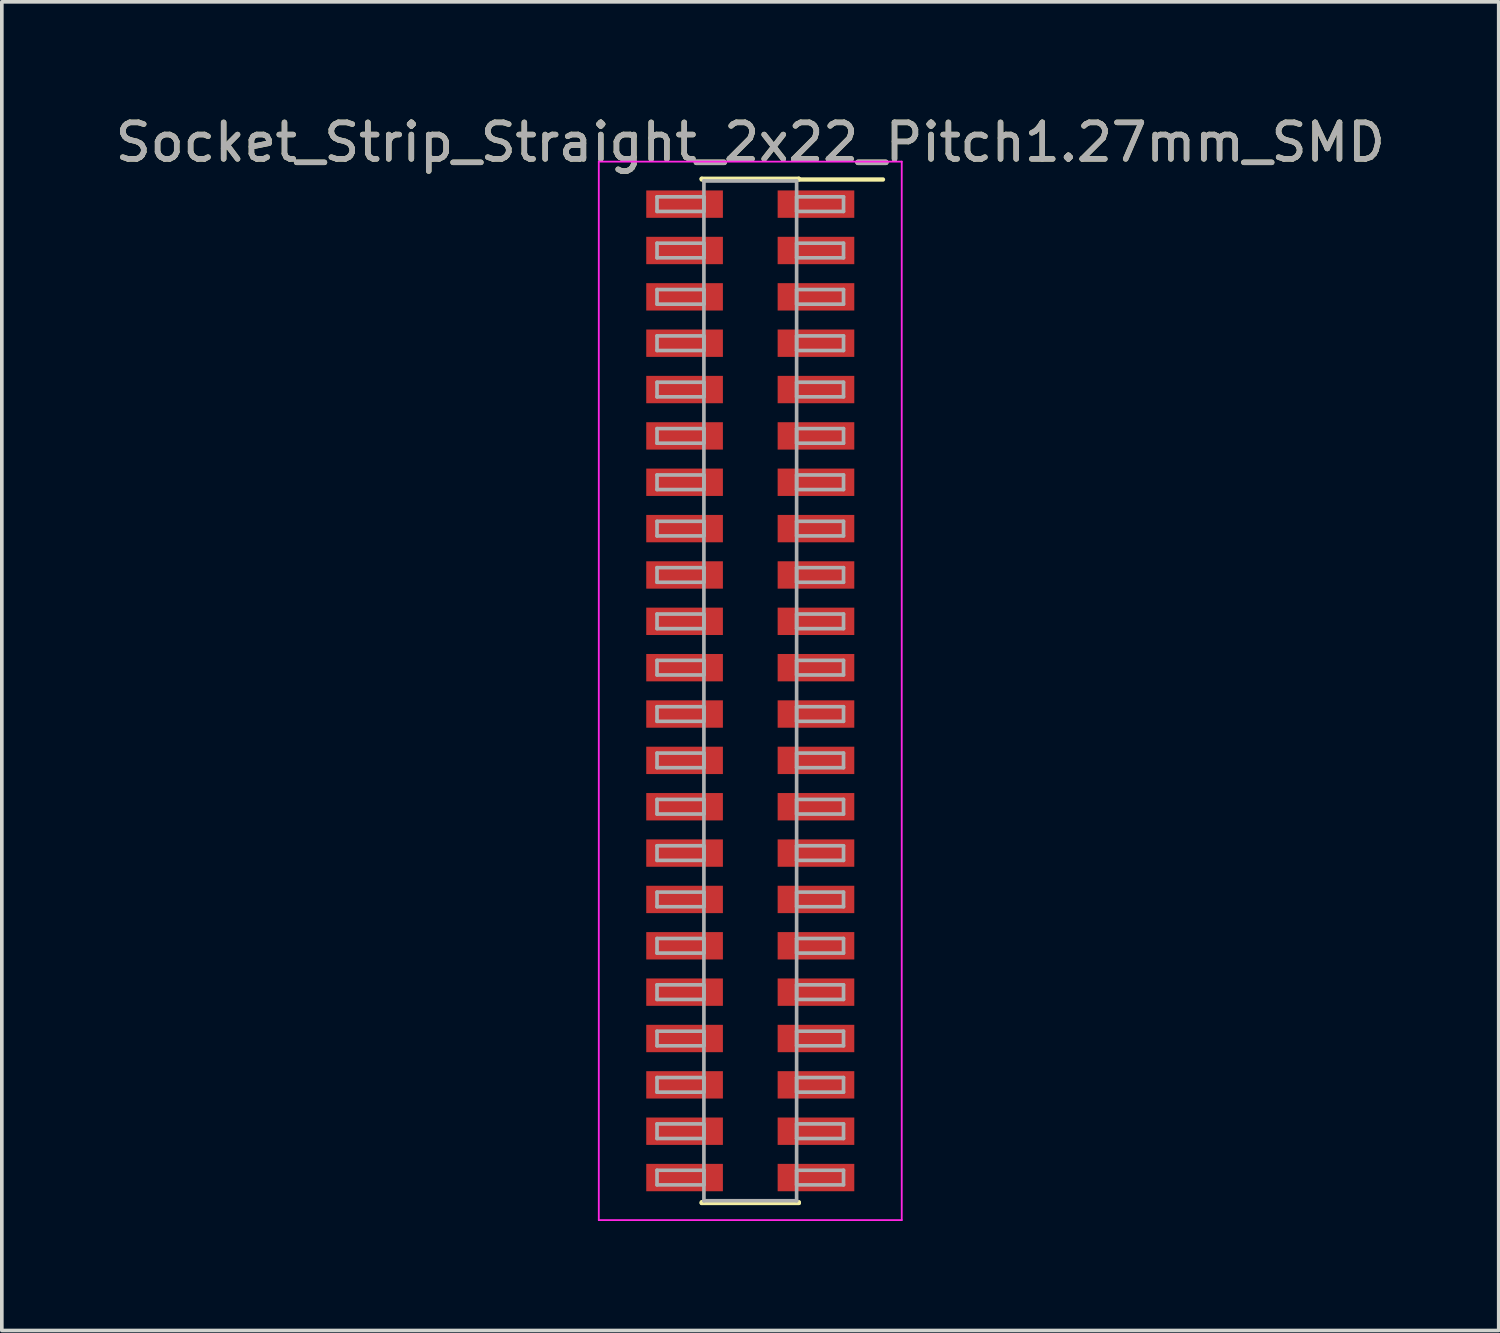
<source format=kicad_pcb>
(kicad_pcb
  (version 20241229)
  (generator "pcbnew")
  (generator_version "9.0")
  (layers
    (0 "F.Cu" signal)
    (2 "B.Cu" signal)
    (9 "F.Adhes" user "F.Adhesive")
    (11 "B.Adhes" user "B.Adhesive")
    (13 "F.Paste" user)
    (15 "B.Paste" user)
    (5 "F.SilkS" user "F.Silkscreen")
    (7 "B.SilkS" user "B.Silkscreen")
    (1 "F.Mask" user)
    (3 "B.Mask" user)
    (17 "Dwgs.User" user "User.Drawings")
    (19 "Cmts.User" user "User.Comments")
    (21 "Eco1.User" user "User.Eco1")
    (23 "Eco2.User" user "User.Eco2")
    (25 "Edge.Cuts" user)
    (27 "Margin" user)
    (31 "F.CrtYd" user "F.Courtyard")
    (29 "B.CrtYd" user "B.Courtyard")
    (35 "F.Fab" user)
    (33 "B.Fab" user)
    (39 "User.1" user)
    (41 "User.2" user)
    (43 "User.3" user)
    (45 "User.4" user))
  (footprint "Socket_Strip_Straight_2x22_Pitch1.27mm_SMD"
    (layer "F.Cu")
    (at 17.506 15.878)
    (property "Reference" "Socket_Strip_Straight_2x22_Pitch1.27mm_SMD" (at 0 -15.03 0) (layer "F.SilkS") (effects (font (size 1 1) (thickness 0.15))))
    (attr smd)
    (fp_line (start -1.33 -14.03) (end 1.33 -14.03) (stroke (width 0.12) (type solid)) (layer "F.SilkS"))
    (fp_line (start -1.33 -14.01) (end -1.33 -14.03) (stroke (width 0.12) (type solid)) (layer "F.SilkS"))
    (fp_line (start -1.33 14.01) (end -1.33 14.03) (stroke (width 0.12) (type solid)) (layer "F.SilkS"))
    (fp_line (start -1.33 14.03) (end 1.33 14.03) (stroke (width 0.12) (type solid)) (layer "F.SilkS"))
    (fp_line (start 1.33 -14.03) (end 1.33 -14.01) (stroke (width 0.12) (type solid)) (layer "F.SilkS"))
    (fp_line (start 1.33 14.03) (end 1.33 14.01) (stroke (width 0.12) (type solid)) (layer "F.SilkS"))
    (fp_line (start 3.635 -14.01) (end 1.33 -14.01) (stroke (width 0.12) (type solid)) (layer "F.SilkS"))
    (fp_line (start -4.15 -14.5) (end -4.15 14.5) (stroke (width 0.05) (type solid)) (layer "F.CrtYd"))
    (fp_line (start -4.15 14.5) (end 4.15 14.5) (stroke (width 0.05) (type solid)) (layer "F.CrtYd"))
    (fp_line (start 4.15 -14.5) (end -4.15 -14.5) (stroke (width 0.05) (type solid)) (layer "F.CrtYd"))
    (fp_line (start 4.15 14.5) (end 4.15 -14.5) (stroke (width 0.05) (type solid)) (layer "F.CrtYd"))
    (fp_line (start -2.555 -13.535) (end -1.27 -13.535) (stroke (width 0.1) (type solid)) (layer "F.Fab"))
    (fp_line (start -2.555 -13.135) (end -2.555 -13.535) (stroke (width 0.1) (type solid)) (layer "F.Fab"))
    (fp_line (start -2.555 -12.265) (end -1.27 -12.265) (stroke (width 0.1) (type solid)) (layer "F.Fab"))
    (fp_line (start -2.555 -11.865) (end -2.555 -12.265) (stroke (width 0.1) (type solid)) (layer "F.Fab"))
    (fp_line (start -2.555 -10.995) (end -1.27 -10.995) (stroke (width 0.1) (type solid)) (layer "F.Fab"))
    (fp_line (start -2.555 -10.595) (end -2.555 -10.995) (stroke (width 0.1) (type solid)) (layer "F.Fab"))
    (fp_line (start -2.555 -9.725) (end -1.27 -9.725) (stroke (width 0.1) (type solid)) (layer "F.Fab"))
    (fp_line (start -2.555 -9.325) (end -2.555 -9.725) (stroke (width 0.1) (type solid)) (layer "F.Fab"))
    (fp_line (start -2.555 -8.455) (end -1.27 -8.455) (stroke (width 0.1) (type solid)) (layer "F.Fab"))
    (fp_line (start -2.555 -8.055) (end -2.555 -8.455) (stroke (width 0.1) (type solid)) (layer "F.Fab"))
    (fp_line (start -2.555 -7.185) (end -1.27 -7.185) (stroke (width 0.1) (type solid)) (layer "F.Fab"))
    (fp_line (start -2.555 -6.785) (end -2.555 -7.185) (stroke (width 0.1) (type solid)) (layer "F.Fab"))
    (fp_line (start -2.555 -5.915) (end -1.27 -5.915) (stroke (width 0.1) (type solid)) (layer "F.Fab"))
    (fp_line (start -2.555 -5.515) (end -2.555 -5.915) (stroke (width 0.1) (type solid)) (layer "F.Fab"))
    (fp_line (start -2.555 -4.645) (end -1.27 -4.645) (stroke (width 0.1) (type solid)) (layer "F.Fab"))
    (fp_line (start -2.555 -4.245) (end -2.555 -4.645) (stroke (width 0.1) (type solid)) (layer "F.Fab"))
    (fp_line (start -2.555 -3.375) (end -1.27 -3.375) (stroke (width 0.1) (type solid)) (layer "F.Fab"))
    (fp_line (start -2.555 -2.975) (end -2.555 -3.375) (stroke (width 0.1) (type solid)) (layer "F.Fab"))
    (fp_line (start -2.555 -2.105) (end -1.27 -2.105) (stroke (width 0.1) (type solid)) (layer "F.Fab"))
    (fp_line (start -2.555 -1.705) (end -2.555 -2.105) (stroke (width 0.1) (type solid)) (layer "F.Fab"))
    (fp_line (start -2.555 -0.835) (end -1.27 -0.835) (stroke (width 0.1) (type solid)) (layer "F.Fab"))
    (fp_line (start -2.555 -0.435) (end -2.555 -0.835) (stroke (width 0.1) (type solid)) (layer "F.Fab"))
    (fp_line (start -2.555 0.435) (end -1.27 0.435) (stroke (width 0.1) (type solid)) (layer "F.Fab"))
    (fp_line (start -2.555 0.835) (end -2.555 0.435) (stroke (width 0.1) (type solid)) (layer "F.Fab"))
    (fp_line (start -2.555 1.705) (end -1.27 1.705) (stroke (width 0.1) (type solid)) (layer "F.Fab"))
    (fp_line (start -2.555 2.105) (end -2.555 1.705) (stroke (width 0.1) (type solid)) (layer "F.Fab"))
    (fp_line (start -2.555 2.975) (end -1.27 2.975) (stroke (width 0.1) (type solid)) (layer "F.Fab"))
    (fp_line (start -2.555 3.375) (end -2.555 2.975) (stroke (width 0.1) (type solid)) (layer "F.Fab"))
    (fp_line (start -2.555 4.245) (end -1.27 4.245) (stroke (width 0.1) (type solid)) (layer "F.Fab"))
    (fp_line (start -2.555 4.645) (end -2.555 4.245) (stroke (width 0.1) (type solid)) (layer "F.Fab"))
    (fp_line (start -2.555 5.515) (end -1.27 5.515) (stroke (width 0.1) (type solid)) (layer "F.Fab"))
    (fp_line (start -2.555 5.915) (end -2.555 5.515) (stroke (width 0.1) (type solid)) (layer "F.Fab"))
    (fp_line (start -2.555 6.785) (end -1.27 6.785) (stroke (width 0.1) (type solid)) (layer "F.Fab"))
    (fp_line (start -2.555 7.185) (end -2.555 6.785) (stroke (width 0.1) (type solid)) (layer "F.Fab"))
    (fp_line (start -2.555 8.055) (end -1.27 8.055) (stroke (width 0.1) (type solid)) (layer "F.Fab"))
    (fp_line (start -2.555 8.455) (end -2.555 8.055) (stroke (width 0.1) (type solid)) (layer "F.Fab"))
    (fp_line (start -2.555 9.325) (end -1.27 9.325) (stroke (width 0.1) (type solid)) (layer "F.Fab"))
    (fp_line (start -2.555 9.725) (end -2.555 9.325) (stroke (width 0.1) (type solid)) (layer "F.Fab"))
    (fp_line (start -2.555 10.595) (end -1.27 10.595) (stroke (width 0.1) (type solid)) (layer "F.Fab"))
    (fp_line (start -2.555 10.995) (end -2.555 10.595) (stroke (width 0.1) (type solid)) (layer "F.Fab"))
    (fp_line (start -2.555 11.865) (end -1.27 11.865) (stroke (width 0.1) (type solid)) (layer "F.Fab"))
    (fp_line (start -2.555 12.265) (end -2.555 11.865) (stroke (width 0.1) (type solid)) (layer "F.Fab"))
    (fp_line (start -2.555 13.135) (end -1.27 13.135) (stroke (width 0.1) (type solid)) (layer "F.Fab"))
    (fp_line (start -2.555 13.535) (end -2.555 13.135) (stroke (width 0.1) (type solid)) (layer "F.Fab"))
    (fp_line (start -1.27 -13.97) (end -1.27 13.97) (stroke (width 0.1) (type solid)) (layer "F.Fab"))
    (fp_line (start -1.27 -13.535) (end -1.27 -13.135) (stroke (width 0.1) (type solid)) (layer "F.Fab"))
    (fp_line (start -1.27 -13.135) (end -2.555 -13.135) (stroke (width 0.1) (type solid)) (layer "F.Fab"))
    (fp_line (start -1.27 -12.265) (end -1.27 -11.865) (stroke (width 0.1) (type solid)) (layer "F.Fab"))
    (fp_line (start -1.27 -11.865) (end -2.555 -11.865) (stroke (width 0.1) (type solid)) (layer "F.Fab"))
    (fp_line (start -1.27 -10.995) (end -1.27 -10.595) (stroke (width 0.1) (type solid)) (layer "F.Fab"))
    (fp_line (start -1.27 -10.595) (end -2.555 -10.595) (stroke (width 0.1) (type solid)) (layer "F.Fab"))
    (fp_line (start -1.27 -9.725) (end -1.27 -9.325) (stroke (width 0.1) (type solid)) (layer "F.Fab"))
    (fp_line (start -1.27 -9.325) (end -2.555 -9.325) (stroke (width 0.1) (type solid)) (layer "F.Fab"))
    (fp_line (start -1.27 -8.455) (end -1.27 -8.055) (stroke (width 0.1) (type solid)) (layer "F.Fab"))
    (fp_line (start -1.27 -8.055) (end -2.555 -8.055) (stroke (width 0.1) (type solid)) (layer "F.Fab"))
    (fp_line (start -1.27 -7.185) (end -1.27 -6.785) (stroke (width 0.1) (type solid)) (layer "F.Fab"))
    (fp_line (start -1.27 -6.785) (end -2.555 -6.785) (stroke (width 0.1) (type solid)) (layer "F.Fab"))
    (fp_line (start -1.27 -5.915) (end -1.27 -5.515) (stroke (width 0.1) (type solid)) (layer "F.Fab"))
    (fp_line (start -1.27 -5.515) (end -2.555 -5.515) (stroke (width 0.1) (type solid)) (layer "F.Fab"))
    (fp_line (start -1.27 -4.645) (end -1.27 -4.245) (stroke (width 0.1) (type solid)) (layer "F.Fab"))
    (fp_line (start -1.27 -4.245) (end -2.555 -4.245) (stroke (width 0.1) (type solid)) (layer "F.Fab"))
    (fp_line (start -1.27 -3.375) (end -1.27 -2.975) (stroke (width 0.1) (type solid)) (layer "F.Fab"))
    (fp_line (start -1.27 -2.975) (end -2.555 -2.975) (stroke (width 0.1) (type solid)) (layer "F.Fab"))
    (fp_line (start -1.27 -2.105) (end -1.27 -1.705) (stroke (width 0.1) (type solid)) (layer "F.Fab"))
    (fp_line (start -1.27 -1.705) (end -2.555 -1.705) (stroke (width 0.1) (type solid)) (layer "F.Fab"))
    (fp_line (start -1.27 -0.835) (end -1.27 -0.435) (stroke (width 0.1) (type solid)) (layer "F.Fab"))
    (fp_line (start -1.27 -0.435) (end -2.555 -0.435) (stroke (width 0.1) (type solid)) (layer "F.Fab"))
    (fp_line (start -1.27 0.435) (end -1.27 0.835) (stroke (width 0.1) (type solid)) (layer "F.Fab"))
    (fp_line (start -1.27 0.835) (end -2.555 0.835) (stroke (width 0.1) (type solid)) (layer "F.Fab"))
    (fp_line (start -1.27 1.705) (end -1.27 2.105) (stroke (width 0.1) (type solid)) (layer "F.Fab"))
    (fp_line (start -1.27 2.105) (end -2.555 2.105) (stroke (width 0.1) (type solid)) (layer "F.Fab"))
    (fp_line (start -1.27 2.975) (end -1.27 3.375) (stroke (width 0.1) (type solid)) (layer "F.Fab"))
    (fp_line (start -1.27 3.375) (end -2.555 3.375) (stroke (width 0.1) (type solid)) (layer "F.Fab"))
    (fp_line (start -1.27 4.245) (end -1.27 4.645) (stroke (width 0.1) (type solid)) (layer "F.Fab"))
    (fp_line (start -1.27 4.645) (end -2.555 4.645) (stroke (width 0.1) (type solid)) (layer "F.Fab"))
    (fp_line (start -1.27 5.515) (end -1.27 5.915) (stroke (width 0.1) (type solid)) (layer "F.Fab"))
    (fp_line (start -1.27 5.915) (end -2.555 5.915) (stroke (width 0.1) (type solid)) (layer "F.Fab"))
    (fp_line (start -1.27 6.785) (end -1.27 7.185) (stroke (width 0.1) (type solid)) (layer "F.Fab"))
    (fp_line (start -1.27 7.185) (end -2.555 7.185) (stroke (width 0.1) (type solid)) (layer "F.Fab"))
    (fp_line (start -1.27 8.055) (end -1.27 8.455) (stroke (width 0.1) (type solid)) (layer "F.Fab"))
    (fp_line (start -1.27 8.455) (end -2.555 8.455) (stroke (width 0.1) (type solid)) (layer "F.Fab"))
    (fp_line (start -1.27 9.325) (end -1.27 9.725) (stroke (width 0.1) (type solid)) (layer "F.Fab"))
    (fp_line (start -1.27 9.725) (end -2.555 9.725) (stroke (width 0.1) (type solid)) (layer "F.Fab"))
    (fp_line (start -1.27 10.595) (end -1.27 10.995) (stroke (width 0.1) (type solid)) (layer "F.Fab"))
    (fp_line (start -1.27 10.995) (end -2.555 10.995) (stroke (width 0.1) (type solid)) (layer "F.Fab"))
    (fp_line (start -1.27 11.865) (end -1.27 12.265) (stroke (width 0.1) (type solid)) (layer "F.Fab"))
    (fp_line (start -1.27 12.265) (end -2.555 12.265) (stroke (width 0.1) (type solid)) (layer "F.Fab"))
    (fp_line (start -1.27 13.135) (end -1.27 13.535) (stroke (width 0.1) (type solid)) (layer "F.Fab"))
    (fp_line (start -1.27 13.535) (end -2.555 13.535) (stroke (width 0.1) (type solid)) (layer "F.Fab"))
    (fp_line (start -1.27 13.97) (end 1.27 13.97) (stroke (width 0.1) (type solid)) (layer "F.Fab"))
    (fp_line (start 1.27 -13.97) (end -1.27 -13.97) (stroke (width 0.1) (type solid)) (layer "F.Fab"))
    (fp_line (start 1.27 -13.535) (end 1.27 -13.135) (stroke (width 0.1) (type solid)) (layer "F.Fab"))
    (fp_line (start 1.27 -13.135) (end 2.555 -13.135) (stroke (width 0.1) (type solid)) (layer "F.Fab"))
    (fp_line (start 1.27 -12.265) (end 1.27 -11.865) (stroke (width 0.1) (type solid)) (layer "F.Fab"))
    (fp_line (start 1.27 -11.865) (end 2.555 -11.865) (stroke (width 0.1) (type solid)) (layer "F.Fab"))
    (fp_line (start 1.27 -10.995) (end 1.27 -10.595) (stroke (width 0.1) (type solid)) (layer "F.Fab"))
    (fp_line (start 1.27 -10.595) (end 2.555 -10.595) (stroke (width 0.1) (type solid)) (layer "F.Fab"))
    (fp_line (start 1.27 -9.725) (end 1.27 -9.325) (stroke (width 0.1) (type solid)) (layer "F.Fab"))
    (fp_line (start 1.27 -9.325) (end 2.555 -9.325) (stroke (width 0.1) (type solid)) (layer "F.Fab"))
    (fp_line (start 1.27 -8.455) (end 1.27 -8.055) (stroke (width 0.1) (type solid)) (layer "F.Fab"))
    (fp_line (start 1.27 -8.055) (end 2.555 -8.055) (stroke (width 0.1) (type solid)) (layer "F.Fab"))
    (fp_line (start 1.27 -7.185) (end 1.27 -6.785) (stroke (width 0.1) (type solid)) (layer "F.Fab"))
    (fp_line (start 1.27 -6.785) (end 2.555 -6.785) (stroke (width 0.1) (type solid)) (layer "F.Fab"))
    (fp_line (start 1.27 -5.915) (end 1.27 -5.515) (stroke (width 0.1) (type solid)) (layer "F.Fab"))
    (fp_line (start 1.27 -5.515) (end 2.555 -5.515) (stroke (width 0.1) (type solid)) (layer "F.Fab"))
    (fp_line (start 1.27 -4.645) (end 1.27 -4.245) (stroke (width 0.1) (type solid)) (layer "F.Fab"))
    (fp_line (start 1.27 -4.245) (end 2.555 -4.245) (stroke (width 0.1) (type solid)) (layer "F.Fab"))
    (fp_line (start 1.27 -3.375) (end 1.27 -2.975) (stroke (width 0.1) (type solid)) (layer "F.Fab"))
    (fp_line (start 1.27 -2.975) (end 2.555 -2.975) (stroke (width 0.1) (type solid)) (layer "F.Fab"))
    (fp_line (start 1.27 -2.105) (end 1.27 -1.705) (stroke (width 0.1) (type solid)) (layer "F.Fab"))
    (fp_line (start 1.27 -1.705) (end 2.555 -1.705) (stroke (width 0.1) (type solid)) (layer "F.Fab"))
    (fp_line (start 1.27 -0.835) (end 1.27 -0.435) (stroke (width 0.1) (type solid)) (layer "F.Fab"))
    (fp_line (start 1.27 -0.435) (end 2.555 -0.435) (stroke (width 0.1) (type solid)) (layer "F.Fab"))
    (fp_line (start 1.27 0.435) (end 1.27 0.835) (stroke (width 0.1) (type solid)) (layer "F.Fab"))
    (fp_line (start 1.27 0.835) (end 2.555 0.835) (stroke (width 0.1) (type solid)) (layer "F.Fab"))
    (fp_line (start 1.27 1.705) (end 1.27 2.105) (stroke (width 0.1) (type solid)) (layer "F.Fab"))
    (fp_line (start 1.27 2.105) (end 2.555 2.105) (stroke (width 0.1) (type solid)) (layer "F.Fab"))
    (fp_line (start 1.27 2.975) (end 1.27 3.375) (stroke (width 0.1) (type solid)) (layer "F.Fab"))
    (fp_line (start 1.27 3.375) (end 2.555 3.375) (stroke (width 0.1) (type solid)) (layer "F.Fab"))
    (fp_line (start 1.27 4.245) (end 1.27 4.645) (stroke (width 0.1) (type solid)) (layer "F.Fab"))
    (fp_line (start 1.27 4.645) (end 2.555 4.645) (stroke (width 0.1) (type solid)) (layer "F.Fab"))
    (fp_line (start 1.27 5.515) (end 1.27 5.915) (stroke (width 0.1) (type solid)) (layer "F.Fab"))
    (fp_line (start 1.27 5.915) (end 2.555 5.915) (stroke (width 0.1) (type solid)) (layer "F.Fab"))
    (fp_line (start 1.27 6.785) (end 1.27 7.185) (stroke (width 0.1) (type solid)) (layer "F.Fab"))
    (fp_line (start 1.27 7.185) (end 2.555 7.185) (stroke (width 0.1) (type solid)) (layer "F.Fab"))
    (fp_line (start 1.27 8.055) (end 1.27 8.455) (stroke (width 0.1) (type solid)) (layer "F.Fab"))
    (fp_line (start 1.27 8.455) (end 2.555 8.455) (stroke (width 0.1) (type solid)) (layer "F.Fab"))
    (fp_line (start 1.27 9.325) (end 1.27 9.725) (stroke (width 0.1) (type solid)) (layer "F.Fab"))
    (fp_line (start 1.27 9.725) (end 2.555 9.725) (stroke (width 0.1) (type solid)) (layer "F.Fab"))
    (fp_line (start 1.27 10.595) (end 1.27 10.995) (stroke (width 0.1) (type solid)) (layer "F.Fab"))
    (fp_line (start 1.27 10.995) (end 2.555 10.995) (stroke (width 0.1) (type solid)) (layer "F.Fab"))
    (fp_line (start 1.27 11.865) (end 1.27 12.265) (stroke (width 0.1) (type solid)) (layer "F.Fab"))
    (fp_line (start 1.27 12.265) (end 2.555 12.265) (stroke (width 0.1) (type solid)) (layer "F.Fab"))
    (fp_line (start 1.27 13.135) (end 1.27 13.535) (stroke (width 0.1) (type solid)) (layer "F.Fab"))
    (fp_line (start 1.27 13.535) (end 2.555 13.535) (stroke (width 0.1) (type solid)) (layer "F.Fab"))
    (fp_line (start 1.27 13.97) (end 1.27 -13.97) (stroke (width 0.1) (type solid)) (layer "F.Fab"))
    (fp_line (start 2.555 -13.535) (end 1.27 -13.535) (stroke (width 0.1) (type solid)) (layer "F.Fab"))
    (fp_line (start 2.555 -13.135) (end 2.555 -13.535) (stroke (width 0.1) (type solid)) (layer "F.Fab"))
    (fp_line (start 2.555 -12.265) (end 1.27 -12.265) (stroke (width 0.1) (type solid)) (layer "F.Fab"))
    (fp_line (start 2.555 -11.865) (end 2.555 -12.265) (stroke (width 0.1) (type solid)) (layer "F.Fab"))
    (fp_line (start 2.555 -10.995) (end 1.27 -10.995) (stroke (width 0.1) (type solid)) (layer "F.Fab"))
    (fp_line (start 2.555 -10.595) (end 2.555 -10.995) (stroke (width 0.1) (type solid)) (layer "F.Fab"))
    (fp_line (start 2.555 -9.725) (end 1.27 -9.725) (stroke (width 0.1) (type solid)) (layer "F.Fab"))
    (fp_line (start 2.555 -9.325) (end 2.555 -9.725) (stroke (width 0.1) (type solid)) (layer "F.Fab"))
    (fp_line (start 2.555 -8.455) (end 1.27 -8.455) (stroke (width 0.1) (type solid)) (layer "F.Fab"))
    (fp_line (start 2.555 -8.055) (end 2.555 -8.455) (stroke (width 0.1) (type solid)) (layer "F.Fab"))
    (fp_line (start 2.555 -7.185) (end 1.27 -7.185) (stroke (width 0.1) (type solid)) (layer "F.Fab"))
    (fp_line (start 2.555 -6.785) (end 2.555 -7.185) (stroke (width 0.1) (type solid)) (layer "F.Fab"))
    (fp_line (start 2.555 -5.915) (end 1.27 -5.915) (stroke (width 0.1) (type solid)) (layer "F.Fab"))
    (fp_line (start 2.555 -5.515) (end 2.555 -5.915) (stroke (width 0.1) (type solid)) (layer "F.Fab"))
    (fp_line (start 2.555 -4.645) (end 1.27 -4.645) (stroke (width 0.1) (type solid)) (layer "F.Fab"))
    (fp_line (start 2.555 -4.245) (end 2.555 -4.645) (stroke (width 0.1) (type solid)) (layer "F.Fab"))
    (fp_line (start 2.555 -3.375) (end 1.27 -3.375) (stroke (width 0.1) (type solid)) (layer "F.Fab"))
    (fp_line (start 2.555 -2.975) (end 2.555 -3.375) (stroke (width 0.1) (type solid)) (layer "F.Fab"))
    (fp_line (start 2.555 -2.105) (end 1.27 -2.105) (stroke (width 0.1) (type solid)) (layer "F.Fab"))
    (fp_line (start 2.555 -1.705) (end 2.555 -2.105) (stroke (width 0.1) (type solid)) (layer "F.Fab"))
    (fp_line (start 2.555 -0.835) (end 1.27 -0.835) (stroke (width 0.1) (type solid)) (layer "F.Fab"))
    (fp_line (start 2.555 -0.435) (end 2.555 -0.835) (stroke (width 0.1) (type solid)) (layer "F.Fab"))
    (fp_line (start 2.555 0.435) (end 1.27 0.435) (stroke (width 0.1) (type solid)) (layer "F.Fab"))
    (fp_line (start 2.555 0.835) (end 2.555 0.435) (stroke (width 0.1) (type solid)) (layer "F.Fab"))
    (fp_line (start 2.555 1.705) (end 1.27 1.705) (stroke (width 0.1) (type solid)) (layer "F.Fab"))
    (fp_line (start 2.555 2.105) (end 2.555 1.705) (stroke (width 0.1) (type solid)) (layer "F.Fab"))
    (fp_line (start 2.555 2.975) (end 1.27 2.975) (stroke (width 0.1) (type solid)) (layer "F.Fab"))
    (fp_line (start 2.555 3.375) (end 2.555 2.975) (stroke (width 0.1) (type solid)) (layer "F.Fab"))
    (fp_line (start 2.555 4.245) (end 1.27 4.245) (stroke (width 0.1) (type solid)) (layer "F.Fab"))
    (fp_line (start 2.555 4.645) (end 2.555 4.245) (stroke (width 0.1) (type solid)) (layer "F.Fab"))
    (fp_line (start 2.555 5.515) (end 1.27 5.515) (stroke (width 0.1) (type solid)) (layer "F.Fab"))
    (fp_line (start 2.555 5.915) (end 2.555 5.515) (stroke (width 0.1) (type solid)) (layer "F.Fab"))
    (fp_line (start 2.555 6.785) (end 1.27 6.785) (stroke (width 0.1) (type solid)) (layer "F.Fab"))
    (fp_line (start 2.555 7.185) (end 2.555 6.785) (stroke (width 0.1) (type solid)) (layer "F.Fab"))
    (fp_line (start 2.555 8.055) (end 1.27 8.055) (stroke (width 0.1) (type solid)) (layer "F.Fab"))
    (fp_line (start 2.555 8.455) (end 2.555 8.055) (stroke (width 0.1) (type solid)) (layer "F.Fab"))
    (fp_line (start 2.555 9.325) (end 1.27 9.325) (stroke (width 0.1) (type solid)) (layer "F.Fab"))
    (fp_line (start 2.555 9.725) (end 2.555 9.325) (stroke (width 0.1) (type solid)) (layer "F.Fab"))
    (fp_line (start 2.555 10.595) (end 1.27 10.595) (stroke (width 0.1) (type solid)) (layer "F.Fab"))
    (fp_line (start 2.555 10.995) (end 2.555 10.595) (stroke (width 0.1) (type solid)) (layer "F.Fab"))
    (fp_line (start 2.555 11.865) (end 1.27 11.865) (stroke (width 0.1) (type solid)) (layer "F.Fab"))
    (fp_line (start 2.555 12.265) (end 2.555 11.865) (stroke (width 0.1) (type solid)) (layer "F.Fab"))
    (fp_line (start 2.555 13.135) (end 1.27 13.135) (stroke (width 0.1) (type solid)) (layer "F.Fab"))
    (fp_line (start 2.555 13.535) (end 2.555 13.135) (stroke (width 0.1) (type solid)) (layer "F.Fab"))
    (fp_text user "${REFERENCE}" (at 0 -15.03 0) (layer "F.Fab") (effects (font (size 1 1) (thickness 0.15))))
    (pad "1" smd rect (at 1.8 -13.335) (size 2.1 0.75) (layers "F.Cu" "F.Mask" "F.Paste"))
    (pad "2" smd rect (at -1.8 -13.335) (size 2.1 0.75) (layers "F.Cu" "F.Mask" "F.Paste"))
    (pad "3" smd rect (at 1.8 -12.065) (size 2.1 0.75) (layers "F.Cu" "F.Mask" "F.Paste"))
    (pad "4" smd rect (at -1.8 -12.065) (size 2.1 0.75) (layers "F.Cu" "F.Mask" "F.Paste"))
    (pad "5" smd rect (at 1.8 -10.795) (size 2.1 0.75) (layers "F.Cu" "F.Mask" "F.Paste"))
    (pad "6" smd rect (at -1.8 -10.795) (size 2.1 0.75) (layers "F.Cu" "F.Mask" "F.Paste"))
    (pad "7" smd rect (at 1.8 -9.525) (size 2.1 0.75) (layers "F.Cu" "F.Mask" "F.Paste"))
    (pad "8" smd rect (at -1.8 -9.525) (size 2.1 0.75) (layers "F.Cu" "F.Mask" "F.Paste"))
    (pad "9" smd rect (at 1.8 -8.255) (size 2.1 0.75) (layers "F.Cu" "F.Mask" "F.Paste"))
    (pad "10" smd rect (at -1.8 -8.255) (size 2.1 0.75) (layers "F.Cu" "F.Mask" "F.Paste"))
    (pad "11" smd rect (at 1.8 -6.985) (size 2.1 0.75) (layers "F.Cu" "F.Mask" "F.Paste"))
    (pad "12" smd rect (at -1.8 -6.985) (size 2.1 0.75) (layers "F.Cu" "F.Mask" "F.Paste"))
    (pad "13" smd rect (at 1.8 -5.715) (size 2.1 0.75) (layers "F.Cu" "F.Mask" "F.Paste"))
    (pad "14" smd rect (at -1.8 -5.715) (size 2.1 0.75) (layers "F.Cu" "F.Mask" "F.Paste"))
    (pad "15" smd rect (at 1.8 -4.445) (size 2.1 0.75) (layers "F.Cu" "F.Mask" "F.Paste"))
    (pad "16" smd rect (at -1.8 -4.445) (size 2.1 0.75) (layers "F.Cu" "F.Mask" "F.Paste"))
    (pad "17" smd rect (at 1.8 -3.175) (size 2.1 0.75) (layers "F.Cu" "F.Mask" "F.Paste"))
    (pad "18" smd rect (at -1.8 -3.175) (size 2.1 0.75) (layers "F.Cu" "F.Mask" "F.Paste"))
    (pad "19" smd rect (at 1.8 -1.905) (size 2.1 0.75) (layers "F.Cu" "F.Mask" "F.Paste"))
    (pad "20" smd rect (at -1.8 -1.905) (size 2.1 0.75) (layers "F.Cu" "F.Mask" "F.Paste"))
    (pad "21" smd rect (at 1.8 -0.635) (size 2.1 0.75) (layers "F.Cu" "F.Mask" "F.Paste"))
    (pad "22" smd rect (at -1.8 -0.635) (size 2.1 0.75) (layers "F.Cu" "F.Mask" "F.Paste"))
    (pad "23" smd rect (at 1.8 0.635) (size 2.1 0.75) (layers "F.Cu" "F.Mask" "F.Paste"))
    (pad "24" smd rect (at -1.8 0.635) (size 2.1 0.75) (layers "F.Cu" "F.Mask" "F.Paste"))
    (pad "25" smd rect (at 1.8 1.905) (size 2.1 0.75) (layers "F.Cu" "F.Mask" "F.Paste"))
    (pad "26" smd rect (at -1.8 1.905) (size 2.1 0.75) (layers "F.Cu" "F.Mask" "F.Paste"))
    (pad "27" smd rect (at 1.8 3.175) (size 2.1 0.75) (layers "F.Cu" "F.Mask" "F.Paste"))
    (pad "28" smd rect (at -1.8 3.175) (size 2.1 0.75) (layers "F.Cu" "F.Mask" "F.Paste"))
    (pad "29" smd rect (at 1.8 4.445) (size 2.1 0.75) (layers "F.Cu" "F.Mask" "F.Paste"))
    (pad "30" smd rect (at -1.8 4.445) (size 2.1 0.75) (layers "F.Cu" "F.Mask" "F.Paste"))
    (pad "31" smd rect (at 1.8 5.715) (size 2.1 0.75) (layers "F.Cu" "F.Mask" "F.Paste"))
    (pad "32" smd rect (at -1.8 5.715) (size 2.1 0.75) (layers "F.Cu" "F.Mask" "F.Paste"))
    (pad "33" smd rect (at 1.8 6.985) (size 2.1 0.75) (layers "F.Cu" "F.Mask" "F.Paste"))
    (pad "34" smd rect (at -1.8 6.985) (size 2.1 0.75) (layers "F.Cu" "F.Mask" "F.Paste"))
    (pad "35" smd rect (at 1.8 8.255) (size 2.1 0.75) (layers "F.Cu" "F.Mask" "F.Paste"))
    (pad "36" smd rect (at -1.8 8.255) (size 2.1 0.75) (layers "F.Cu" "F.Mask" "F.Paste"))
    (pad "37" smd rect (at 1.8 9.525) (size 2.1 0.75) (layers "F.Cu" "F.Mask" "F.Paste"))
    (pad "38" smd rect (at -1.8 9.525) (size 2.1 0.75) (layers "F.Cu" "F.Mask" "F.Paste"))
    (pad "39" smd rect (at 1.8 10.795) (size 2.1 0.75) (layers "F.Cu" "F.Mask" "F.Paste"))
    (pad "40" smd rect (at -1.8 10.795) (size 2.1 0.75) (layers "F.Cu" "F.Mask" "F.Paste"))
    (pad "41" smd rect (at 1.8 12.065) (size 2.1 0.75) (layers "F.Cu" "F.Mask" "F.Paste"))
    (pad "42" smd rect (at -1.8 12.065) (size 2.1 0.75) (layers "F.Cu" "F.Mask" "F.Paste"))
    (pad "43" smd rect (at 1.8 13.335) (size 2.1 0.75) (layers "F.Cu" "F.Mask" "F.Paste"))
    (pad "44" smd rect (at -1.8 13.335) (size 2.1 0.75) (layers "F.Cu" "F.Mask" "F.Paste")))
  (gr_rect
    (start -3 -3)
    (end 38.012 33.403)
    (stroke (width 0.1) (type default))
    (fill no)
    (layer "Edge.Cuts")))
</source>
